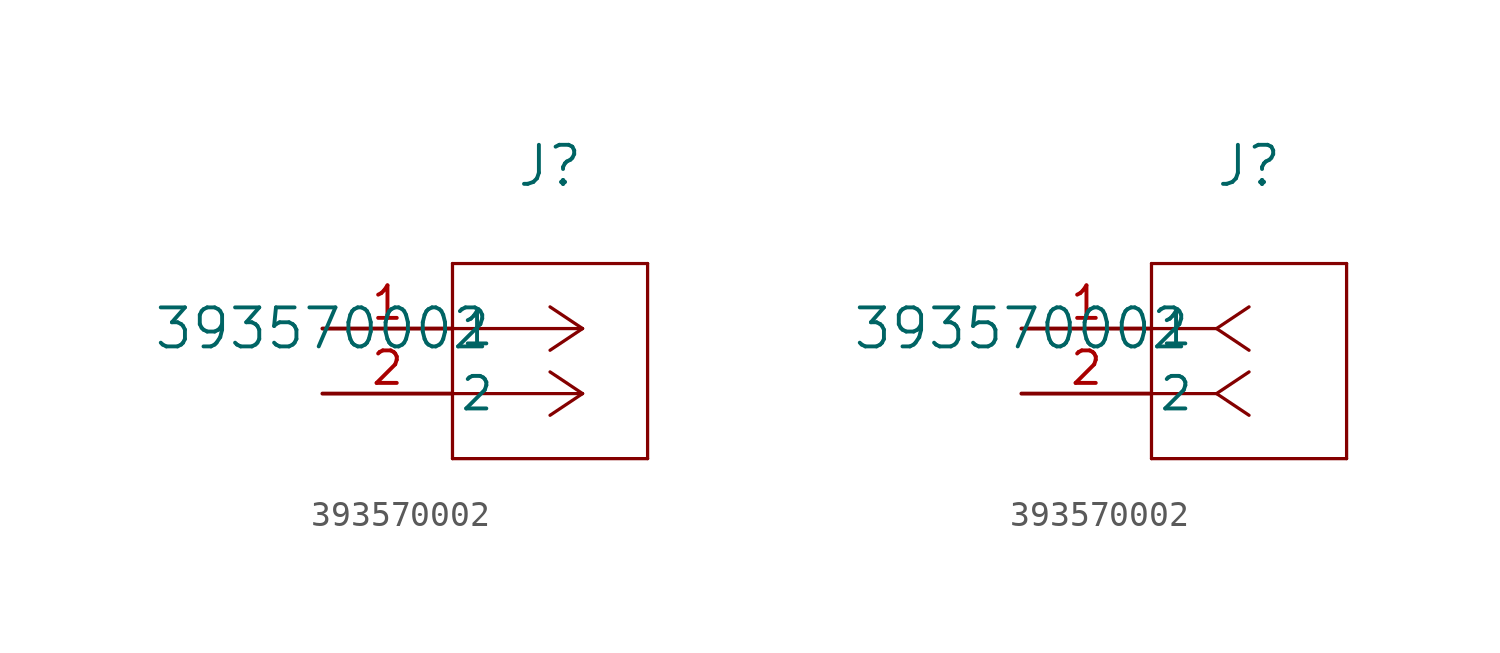
<source format=kicad_sym>
(kicad_symbol_lib
  (version 20211014)
  (generator kicad_symbol_editor)
  (symbol "393570002"
    (pin_names
      (offset 0.254))
    (property "Reference" "J"
      (at 8.89 6.35 0)
      (effects (font (size 1.524 1.524))))
    (property "Value" "393570002"
      (at 0 0 0)
      (effects (font (size 1.524 1.524))))
    (symbol "393570002_1_1"
      (polyline (pts (xy 10.16 0) (xy 5.08 0)) (stroke (width 0.127) (type default) (color 0 0 0 0)) (fill (type none)))
      (polyline (pts (xy 10.16 -2.54) (xy 5.08 -2.54)) (stroke (width 0.127) (type default) (color 0 0 0 0)) (fill (type none)))
      (polyline (pts (xy 10.16 0) (xy 8.89 0.847)) (stroke (width 0.127) (type default) (color 0 0 0 0)) (fill (type none)))
      (polyline (pts (xy 10.16 -2.54) (xy 8.89 -1.693)) (stroke (width 0.127) (type default) (color 0 0 0 0)) (fill (type none)))
      (polyline (pts (xy 10.16 0) (xy 8.89 -0.847)) (stroke (width 0.127) (type default) (color 0 0 0 0)) (fill (type none)))
      (polyline (pts (xy 10.16 -2.54) (xy 8.89 -3.387)) (stroke (width 0.127) (type default) (color 0 0 0 0)) (fill (type none)))
      (polyline (pts (xy 5.08 2.54) (xy 5.08 -5.08)) (stroke (width 0.127) (type default) (color 0 0 0 0)) (fill (type none)))
      (polyline (pts (xy 5.08 -5.08) (xy 12.7 -5.08)) (stroke (width 0.127) (type default) (color 0 0 0 0)) (fill (type none)))
      (polyline (pts (xy 12.7 -5.08) (xy 12.7 2.54)) (stroke (width 0.127) (type default) (color 0 0 0 0)) (fill (type none)))
      (polyline (pts (xy 12.7 2.54) (xy 5.08 2.54)) (stroke (width 0.127) (type default) (color 0 0 0 0)) (fill (type none)))
      (pin unspecified line (at 0 0 0) (length 5.08) (name "1" (effects (font (size 1.27 1.27)))) (number "1" (effects (font (size 1.27 1.27)))))
      (pin unspecified line (at 0 -2.54 0) (length 5.08) (name "2" (effects (font (size 1.27 1.27)))) (number "2" (effects (font (size 1.27 1.27))))))
    (symbol "393570002_1_2"
      (polyline (pts (xy 7.62 0) (xy 5.08 0)) (stroke (width 0.127) (type default) (color 0 0 0 0)) (fill (type none)))
      (polyline (pts (xy 7.62 -2.54) (xy 5.08 -2.54)) (stroke (width 0.127) (type default) (color 0 0 0 0)) (fill (type none)))
      (polyline (pts (xy 7.62 0) (xy 8.89 0.847)) (stroke (width 0.127) (type default) (color 0 0 0 0)) (fill (type none)))
      (polyline (pts (xy 7.62 -2.54) (xy 8.89 -1.693)) (stroke (width 0.127) (type default) (color 0 0 0 0)) (fill (type none)))
      (polyline (pts (xy 7.62 0) (xy 8.89 -0.847)) (stroke (width 0.127) (type default) (color 0 0 0 0)) (fill (type none)))
      (polyline (pts (xy 7.62 -2.54) (xy 8.89 -3.387)) (stroke (width 0.127) (type default) (color 0 0 0 0)) (fill (type none)))
      (polyline (pts (xy 5.08 2.54) (xy 5.08 -5.08)) (stroke (width 0.127) (type default) (color 0 0 0 0)) (fill (type none)))
      (polyline (pts (xy 5.08 -5.08) (xy 12.7 -5.08)) (stroke (width 0.127) (type default) (color 0 0 0 0)) (fill (type none)))
      (polyline (pts (xy 12.7 -5.08) (xy 12.7 2.54)) (stroke (width 0.127) (type default) (color 0 0 0 0)) (fill (type none)))
      (polyline (pts (xy 12.7 2.54) (xy 5.08 2.54)) (stroke (width 0.127) (type default) (color 0 0 0 0)) (fill (type none)))
      (pin unspecified line (at 0 0 0) (length 5.08) (name "1" (effects (font (size 1.27 1.27)))) (number "1" (effects (font (size 1.27 1.27)))))
      (pin unspecified line (at 0 -2.54 0) (length 5.08) (name "2" (effects (font (size 1.27 1.27)))) (number "2" (effects (font (size 1.27 1.27))))))))
</source>
